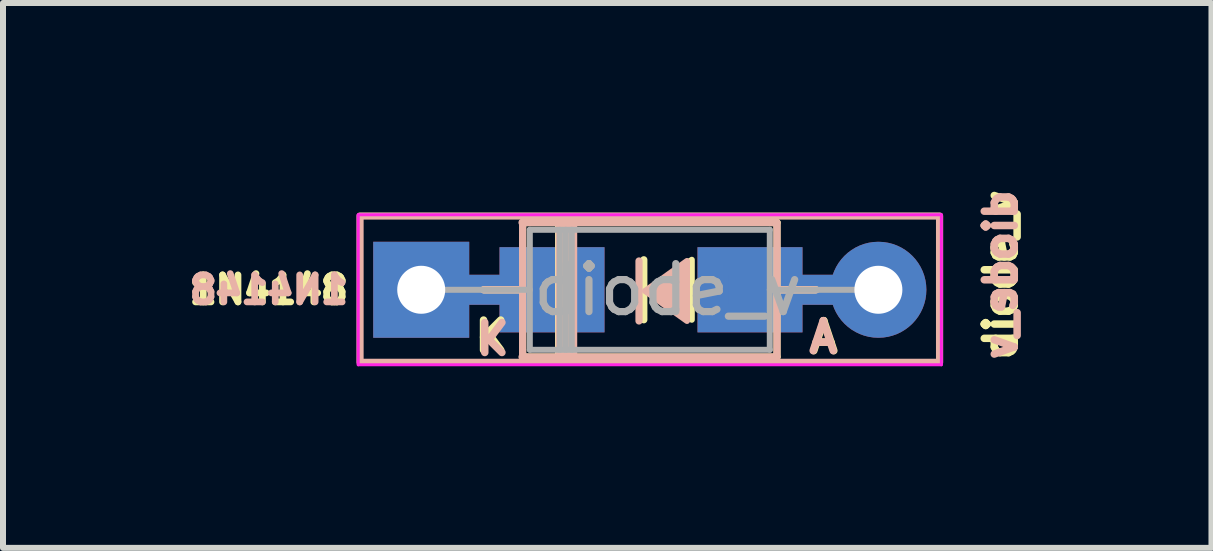
<source format=kicad_pcb>
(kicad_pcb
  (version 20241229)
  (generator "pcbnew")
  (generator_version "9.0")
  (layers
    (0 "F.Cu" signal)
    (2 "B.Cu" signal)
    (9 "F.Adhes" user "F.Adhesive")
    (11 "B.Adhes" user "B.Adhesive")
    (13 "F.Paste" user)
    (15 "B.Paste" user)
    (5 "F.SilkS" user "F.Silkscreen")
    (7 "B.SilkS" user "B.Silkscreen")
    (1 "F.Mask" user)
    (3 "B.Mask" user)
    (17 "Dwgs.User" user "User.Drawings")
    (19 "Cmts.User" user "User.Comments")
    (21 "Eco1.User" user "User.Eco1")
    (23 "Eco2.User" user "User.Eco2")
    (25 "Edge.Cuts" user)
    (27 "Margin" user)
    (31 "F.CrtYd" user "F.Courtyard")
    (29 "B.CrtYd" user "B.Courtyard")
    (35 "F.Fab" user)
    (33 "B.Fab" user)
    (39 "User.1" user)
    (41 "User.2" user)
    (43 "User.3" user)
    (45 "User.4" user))
  (footprint "diode_v"
    (layer "F.Cu")
    (at 3.971 1.78)
    (property "Reference" "diode_v" (at 9.66 -0.25 270) (layer "F.SilkS") (effects (font (size 0.5 0.5) (thickness 0.125))))
    (property "Value" "1N4148" (at 4.77 1.96 180) (layer "F.Fab") (hide yes) (effects (font (size 1 1) (thickness 0.15))))
    (fp_line (start 1.04 0) (end 1.69 0) (stroke (width 0.12) (type solid)) (layer "F.SilkS"))
    (fp_line (start 1.69 -1.12) (end 1.69 1.12) (stroke (width 0.12) (type solid)) (layer "F.SilkS"))
    (fp_line (start 1.69 1.12) (end 5.93 1.12) (stroke (width 0.12) (type solid)) (layer "F.SilkS"))
    (fp_line (start 2.29 -1.12) (end 2.29 1.12) (stroke (width 0.12) (type solid)) (layer "F.SilkS"))
    (fp_line (start 2.41 -1.12) (end 2.41 1.12) (stroke (width 0.12) (type solid)) (layer "F.SilkS"))
    (fp_line (start 2.53 -1.12) (end 2.53 1.12) (stroke (width 0.12) (type solid)) (layer "F.SilkS"))
    (fp_line (start 3.71 -0.5) (end 3.71 0.5) (stroke (width 0.12) (type solid)) (layer "F.SilkS"))
    (fp_line (start 5.93 -1.12) (end 1.69 -1.12) (stroke (width 0.12) (type solid)) (layer "F.SilkS"))
    (fp_line (start 5.93 1.12) (end 5.93 -1.12) (stroke (width 0.12) (type solid)) (layer "F.SilkS"))
    (fp_line (start 6.58 0) (end 5.93 0) (stroke (width 0.12) (type solid)) (layer "F.SilkS"))
    (fp_poly (pts (xy 4.51 -0.5) (xy 4.51 0.5) (xy 3.81 0)) (stroke (width 0.1) (type solid)) (fill yes) (layer "F.SilkS"))
    (fp_line (start 1.04 0) (end 1.69 0) (stroke (width 0.12) (type solid)) (layer "B.SilkS"))
    (fp_line (start 1.68 1.12) (end 5.92 1.12) (stroke (width 0.12) (type solid)) (layer "B.SilkS"))
    (fp_line (start 1.69 -1.12) (end 1.69 1.12) (stroke (width 0.12) (type solid)) (layer "B.SilkS"))
    (fp_line (start 2.3 -1.12) (end 2.3 1.12) (stroke (width 0.12) (type solid)) (layer "B.SilkS"))
    (fp_line (start 2.42 -1.12) (end 2.42 1.12) (stroke (width 0.12) (type solid)) (layer "B.SilkS"))
    (fp_line (start 2.54 -1.12) (end 2.54 1.12) (stroke (width 0.12) (type solid)) (layer "B.SilkS"))
    (fp_line (start 3.63 -0.48) (end 3.63 0.52) (stroke (width 0.12) (type solid)) (layer "B.SilkS"))
    (fp_line (start 5.92 -1.12) (end 1.68 -1.12) (stroke (width 0.12) (type solid)) (layer "B.SilkS"))
    (fp_line (start 5.93 1.12) (end 5.93 -1.12) (stroke (width 0.12) (type solid)) (layer "B.SilkS"))
    (fp_line (start 6.58 0) (end 5.93 0) (stroke (width 0.12) (type solid)) (layer "B.SilkS"))
    (fp_rect (start -1.02 -1.23) (end 8.64 1.21) (stroke (width 0.12) (type solid)) (fill no) (layer "B.SilkS"))
    (fp_poly (pts (xy 4.43 -0.48) (xy 4.43 0.52) (xy 3.73 0.02)) (stroke (width 0.1) (type solid)) (fill yes) (layer "B.SilkS"))
    (fp_line (start -1.05 -1.25) (end -1.05 1.25) (stroke (width 0.05) (type solid)) (layer "F.CrtYd"))
    (fp_line (start -1.05 1.25) (end 8.67 1.25) (stroke (width 0.05) (type solid)) (layer "F.CrtYd"))
    (fp_line (start 8.67 -1.25) (end -1.05 -1.25) (stroke (width 0.05) (type solid)) (layer "F.CrtYd"))
    (fp_line (start 8.67 1.25) (end 8.67 -1.25) (stroke (width 0.05) (type solid)) (layer "F.CrtYd"))
    (fp_line (start 0 0) (end 1.81 0) (stroke (width 0.1) (type solid)) (layer "F.Fab"))
    (fp_line (start 1.81 -1) (end 1.81 1) (stroke (width 0.1) (type solid)) (layer "F.Fab"))
    (fp_line (start 1.81 1) (end 5.81 1) (stroke (width 0.1) (type solid)) (layer "F.Fab"))
    (fp_line (start 2.31 -1) (end 2.31 1) (stroke (width 0.1) (type solid)) (layer "F.Fab"))
    (fp_line (start 2.41 -1) (end 2.41 1) (stroke (width 0.1) (type solid)) (layer "F.Fab"))
    (fp_line (start 2.51 -1) (end 2.51 1) (stroke (width 0.1) (type solid)) (layer "F.Fab"))
    (fp_line (start 5.81 -1) (end 1.81 -1) (stroke (width 0.1) (type solid)) (layer "F.Fab"))
    (fp_line (start 5.81 1) (end 5.81 -1) (stroke (width 0.1) (type solid)) (layer "F.Fab"))
    (fp_line (start 7.62 0) (end 5.81 0) (stroke (width 0.1) (type solid)) (layer "F.Fab"))
    (fp_text user "K" (at 1.17 0.78 0) (unlocked yes) (layer "F.SilkS") (effects (font (size 0.5 0.5) (thickness 0.125))))
    (fp_text user "${VALUE}" (at -2.54 0 0) (layer "F.SilkS") (effects (font (size 0.45 0.45) (thickness 0.113))))
    (fp_text user "A" (at 6.71 0.79 0) (unlocked yes) (layer "F.SilkS") (effects (font (size 0.5 0.5) (thickness 0.125)) (justify mirror)))
    (fp_text user "A" (at 6.7 0.79 0) (unlocked yes) (layer "B.SilkS") (effects (font (size 0.5 0.5) (thickness 0.125)) (justify mirror)))
    (fp_text user "${VALUE}" (at -2.54 0 0) (layer "B.SilkS") (effects (font (size 0.45 0.45) (thickness 0.113)) (justify mirror)))
    (fp_text user "K" (at 1.19 0.77 180) (unlocked yes) (layer "B.SilkS") (effects (font (size 0.5 0.5) (thickness 0.125)) (justify mirror)))
    (fp_text user "${REFERENCE}" (at 9.66 -0.25 90) (unlocked yes) (layer "B.SilkS") (effects (font (size 0.5 0.5) (thickness 0.125)) (justify mirror)))
    (fp_text user "${REFERENCE}" (at 4.11 0 180) (layer "F.Fab") (effects (font (size 0.8 0.8) (thickness 0.12))))
    (pad "1" thru_hole rect (at 0 0) (size 1.6 1.6) (drill 0.8) (layers "*.Cu" "*.Mask"))
    (pad "1" smd rect (at 1.58 0 180) (size 2.8 0.5) (layers "F.Cu" "F.Mask" "F.Paste"))
    (pad "1" smd rect (at 1.58 0 180) (size 2.8 0.5) (layers "B.Cu" "B.Mask" "B.Paste"))
    (pad "1" smd rect (at 2.18 0 180) (size 1.75 1.42) (layers "F.Cu" "F.Mask" "F.Paste"))
    (pad "1" smd rect (at 2.18 0 180) (size 1.75 1.42) (layers "B.Cu" "B.Mask" "B.Paste"))
    (pad "2" smd rect (at 5.48 0 180) (size 1.75 1.42) (layers "F.Cu" "F.Mask" "F.Paste"))
    (pad "2" smd rect (at 5.48 0 180) (size 1.75 1.42) (layers "B.Cu" "B.Mask" "B.Paste"))
    (pad "2" smd rect (at 6.58 0 180) (size 2.9 0.5) (layers "F.Cu" "F.Mask" "F.Paste"))
    (pad "2" smd rect (at 6.58 0 180) (size 2.9 0.5) (layers "B.Cu" "B.Mask" "B.Paste"))
    (pad "2" thru_hole oval (at 7.62 0) (size 1.6 1.6) (drill 0.8) (layers "*.Cu" "*.Mask")))
  (gr_rect
    (start -3 -3)
    (end 17.143 6.082)
    (stroke (width 0.1) (type default))
    (fill no)
    (layer "Edge.Cuts")))
</source>
